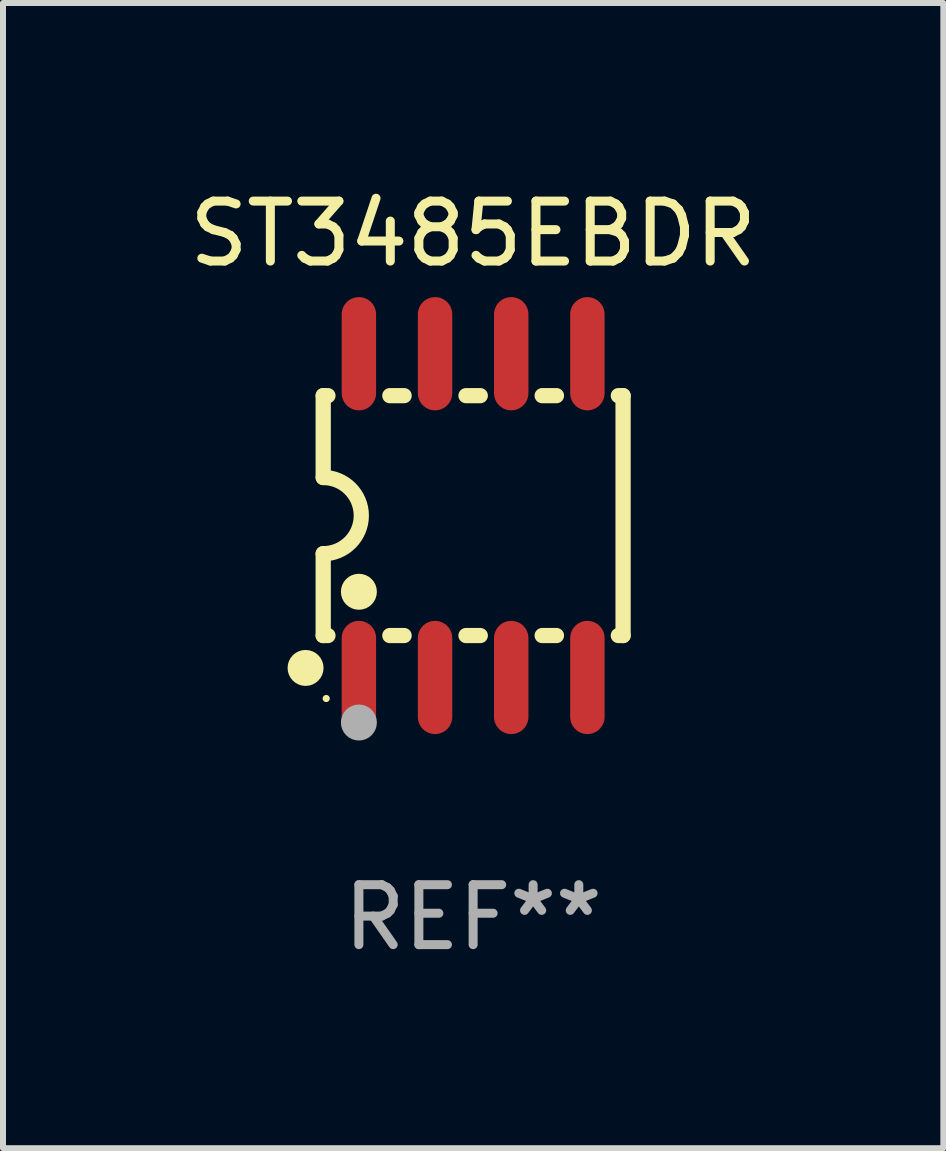
<source format=kicad_pcb>
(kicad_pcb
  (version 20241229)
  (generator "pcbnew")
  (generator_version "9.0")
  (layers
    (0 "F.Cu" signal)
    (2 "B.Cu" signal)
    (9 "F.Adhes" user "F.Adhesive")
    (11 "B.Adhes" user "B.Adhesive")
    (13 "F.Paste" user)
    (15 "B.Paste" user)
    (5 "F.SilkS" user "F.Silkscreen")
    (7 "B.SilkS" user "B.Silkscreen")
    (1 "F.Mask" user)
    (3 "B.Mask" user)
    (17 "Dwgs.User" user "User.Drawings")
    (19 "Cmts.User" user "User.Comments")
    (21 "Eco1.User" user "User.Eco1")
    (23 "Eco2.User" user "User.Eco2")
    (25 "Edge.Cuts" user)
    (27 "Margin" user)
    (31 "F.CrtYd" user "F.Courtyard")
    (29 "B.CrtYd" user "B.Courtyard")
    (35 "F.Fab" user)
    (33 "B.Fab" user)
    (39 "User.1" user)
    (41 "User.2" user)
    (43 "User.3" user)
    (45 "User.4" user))
  (footprint "ST3485EBDR"
    (layer "F.Cu")
    (at 4.839 5.547)
    (property "Reference" "ST3485EBDR" (at 0 -4.699 0) (layer "F.SilkS") (effects (font (size 1 1) (thickness 0.15))))
    (attr through_hole)
    (fp_line (start -2.5 -2) (end -2.5 -0.635) (stroke (width 0.254) (type solid)) (layer "F.SilkS"))
    (fp_line (start -2.5 -2) (end -2.421 -2) (stroke (width 0.254) (type solid)) (layer "F.SilkS"))
    (fp_line (start -2.5 2) (end -2.5 0.635) (stroke (width 0.254) (type solid)) (layer "F.SilkS"))
    (fp_line (start -2.5 2) (end -2.421 2) (stroke (width 0.254) (type solid)) (layer "F.SilkS"))
    (fp_line (start -1.389 -2) (end -1.151 -2) (stroke (width 0.254) (type solid)) (layer "F.SilkS"))
    (fp_line (start -1.389 2) (end -1.151 2) (stroke (width 0.254) (type solid)) (layer "F.SilkS"))
    (fp_line (start -0.119 -2) (end 0.119 -2) (stroke (width 0.254) (type solid)) (layer "F.SilkS"))
    (fp_line (start -0.119 2) (end 0.119 2) (stroke (width 0.254) (type solid)) (layer "F.SilkS"))
    (fp_line (start 1.151 -2) (end 1.389 -2) (stroke (width 0.254) (type solid)) (layer "F.SilkS"))
    (fp_line (start 1.151 2) (end 1.389 2) (stroke (width 0.254) (type solid)) (layer "F.SilkS"))
    (fp_line (start 2.421 -2) (end 2.5 -2) (stroke (width 0.254) (type solid)) (layer "F.SilkS"))
    (fp_line (start 2.421 2) (end 2.5 2) (stroke (width 0.254) (type solid)) (layer "F.SilkS"))
    (fp_line (start 2.5 -2) (end 2.5 2) (stroke (width 0.254) (type solid)) (layer "F.SilkS"))
    (fp_arc (start -2.499365 -0.635001) (mid -1.864681 0.000317) (end -2.499999 0.635001) (stroke (width 0.254001) (type solid)) (layer "F.SilkS"))
    (fp_circle (center -2.794 2.54) (end -2.644 2.54) (stroke (width 0.3) (type solid)) (fill no) (layer "F.SilkS"))
    (fp_circle (center -2.45 3.05) (end -2.42 3.05) (stroke (width 0.06) (type solid)) (fill no) (layer "F.SilkS"))
    (fp_circle (center -1.905 1.27) (end -1.755 1.27) (stroke (width 0.3) (type solid)) (fill no) (layer "F.SilkS"))
    (fp_circle (center -1.905 3.45) (end -1.755 3.45) (stroke (width 0.3) (type solid)) (fill no) (layer "F.Fab"))
    (fp_text user "REF**" (at 0 6.699 0) (layer "F.Fab") (effects (font (size 1 1) (thickness 0.15))))
    (pad "1" smd oval (at -1.905 2.699) (size 0.574 1.888) (layers "F.Cu" "F.Mask" "F.Paste"))
    (pad "2" smd oval (at -0.635 2.699) (size 0.574 1.888) (layers "F.Cu" "F.Mask" "F.Paste"))
    (pad "3" smd oval (at 0.635 2.699) (size 0.574 1.888) (layers "F.Cu" "F.Mask" "F.Paste"))
    (pad "4" smd oval (at 1.905 2.699) (size 0.574 1.888) (layers "F.Cu" "F.Mask" "F.Paste"))
    (pad "5" smd oval (at 1.905 -2.699) (size 0.574 1.888) (layers "F.Cu" "F.Mask" "F.Paste"))
    (pad "6" smd oval (at 0.635 -2.699) (size 0.574 1.888) (layers "F.Cu" "F.Mask" "F.Paste"))
    (pad "7" smd oval (at -0.635 -2.699) (size 0.574 1.888) (layers "F.Cu" "F.Mask" "F.Paste"))
    (pad "8" smd oval (at -1.905 -2.699) (size 0.574 1.888) (layers "F.Cu" "F.Mask" "F.Paste")))
  (gr_rect
    (start -3 -3)
    (end 12.679 16.095)
    (stroke (width 0.1) (type default))
    (fill no)
    (layer "Edge.Cuts")))
</source>
